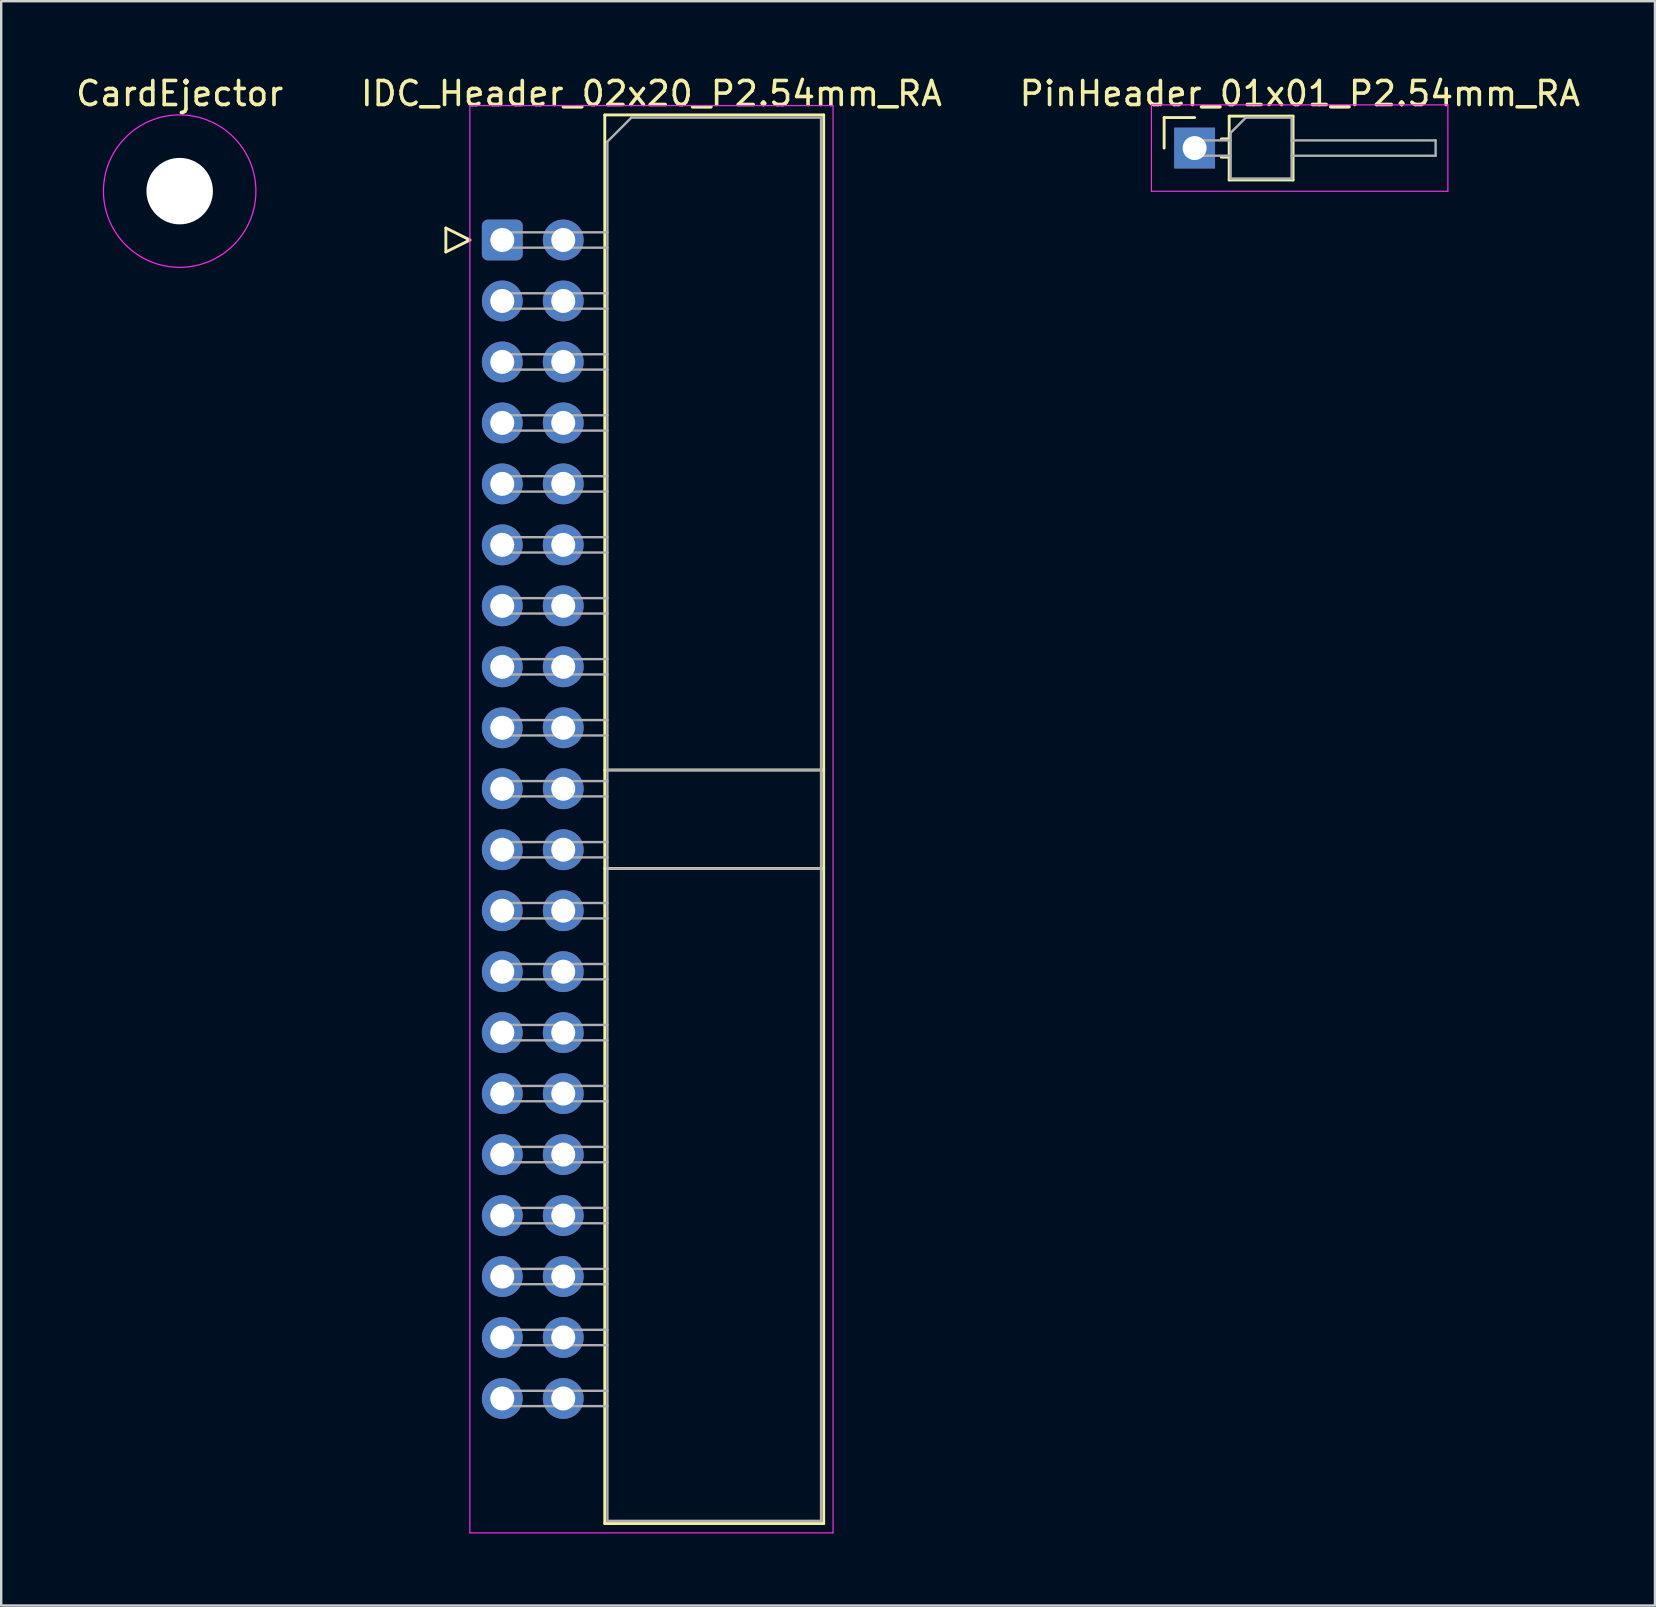
<source format=kicad_pcb>
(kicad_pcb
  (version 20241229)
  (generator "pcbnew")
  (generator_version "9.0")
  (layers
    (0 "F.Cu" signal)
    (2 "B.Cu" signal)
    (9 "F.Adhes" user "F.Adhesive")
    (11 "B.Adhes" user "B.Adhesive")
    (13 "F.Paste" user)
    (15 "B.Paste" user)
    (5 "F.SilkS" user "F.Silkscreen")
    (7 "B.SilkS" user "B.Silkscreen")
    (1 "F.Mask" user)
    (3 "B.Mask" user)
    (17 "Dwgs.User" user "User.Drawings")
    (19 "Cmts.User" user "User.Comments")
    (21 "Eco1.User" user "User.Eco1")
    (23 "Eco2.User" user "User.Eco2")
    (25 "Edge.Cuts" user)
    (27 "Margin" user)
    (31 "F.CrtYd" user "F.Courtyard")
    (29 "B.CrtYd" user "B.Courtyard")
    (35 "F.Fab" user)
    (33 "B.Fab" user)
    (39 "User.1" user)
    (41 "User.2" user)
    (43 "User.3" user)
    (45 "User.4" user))
  (footprint "IDC_Header_02x20_P2.54mm_RA"
    (layer "F.Cu")
    (at 17.874 6.948)
    (property "Reference" "IDC_Header_02x20_P2.54mm_RA" (at 6.215 -6.1 0) (layer "F.SilkS") (effects (font (size 1 1) (thickness 0.15))))
    (attr through_hole)
    (fp_line (start -2.35 -0.5) (end -2.35 0.5) (stroke (width 0.12) (type solid)) (layer "F.SilkS"))
    (fp_line (start -2.35 0.5) (end -1.35 0) (stroke (width 0.12) (type solid)) (layer "F.SilkS"))
    (fp_line (start -1.35 0) (end -2.35 -0.5) (stroke (width 0.12) (type solid)) (layer "F.SilkS"))
    (fp_line (start 4.27 -5.21) (end 13.39 -5.21) (stroke (width 0.12) (type solid)) (layer "F.SilkS"))
    (fp_line (start 4.27 22.08) (end 13.39 22.08) (stroke (width 0.12) (type solid)) (layer "F.SilkS"))
    (fp_line (start 4.27 26.18) (end 13.39 26.18) (stroke (width 0.12) (type solid)) (layer "F.SilkS"))
    (fp_line (start 4.27 53.47) (end 4.27 -5.21) (stroke (width 0.12) (type solid)) (layer "F.SilkS"))
    (fp_line (start 13.39 -5.21) (end 13.39 53.47) (stroke (width 0.12) (type solid)) (layer "F.SilkS"))
    (fp_line (start 13.39 53.47) (end 4.27 53.47) (stroke (width 0.12) (type solid)) (layer "F.SilkS"))
    (fp_line (start -1.35 -5.6) (end -1.35 53.86) (stroke (width 0.05) (type solid)) (layer "F.CrtYd"))
    (fp_line (start -1.35 53.86) (end 13.78 53.86) (stroke (width 0.05) (type solid)) (layer "F.CrtYd"))
    (fp_line (start 13.78 -5.6) (end -1.35 -5.6) (stroke (width 0.05) (type solid)) (layer "F.CrtYd"))
    (fp_line (start 13.78 53.86) (end 13.78 -5.6) (stroke (width 0.05) (type solid)) (layer "F.CrtYd"))
    (fp_line (start -0.32 -0.32) (end -0.32 0.32) (stroke (width 0.1) (type solid)) (layer "F.Fab"))
    (fp_line (start -0.32 0.32) (end 4.38 0.32) (stroke (width 0.1) (type solid)) (layer "F.Fab"))
    (fp_line (start -0.32 2.22) (end -0.32 2.86) (stroke (width 0.1) (type solid)) (layer "F.Fab"))
    (fp_line (start -0.32 2.86) (end 4.38 2.86) (stroke (width 0.1) (type solid)) (layer "F.Fab"))
    (fp_line (start -0.32 4.76) (end -0.32 5.4) (stroke (width 0.1) (type solid)) (layer "F.Fab"))
    (fp_line (start -0.32 5.4) (end 4.38 5.4) (stroke (width 0.1) (type solid)) (layer "F.Fab"))
    (fp_line (start -0.32 7.3) (end -0.32 7.94) (stroke (width 0.1) (type solid)) (layer "F.Fab"))
    (fp_line (start -0.32 7.94) (end 4.38 7.94) (stroke (width 0.1) (type solid)) (layer "F.Fab"))
    (fp_line (start -0.32 9.84) (end -0.32 10.48) (stroke (width 0.1) (type solid)) (layer "F.Fab"))
    (fp_line (start -0.32 10.48) (end 4.38 10.48) (stroke (width 0.1) (type solid)) (layer "F.Fab"))
    (fp_line (start -0.32 12.38) (end -0.32 13.02) (stroke (width 0.1) (type solid)) (layer "F.Fab"))
    (fp_line (start -0.32 13.02) (end 4.38 13.02) (stroke (width 0.1) (type solid)) (layer "F.Fab"))
    (fp_line (start -0.32 14.92) (end -0.32 15.56) (stroke (width 0.1) (type solid)) (layer "F.Fab"))
    (fp_line (start -0.32 15.56) (end 4.38 15.56) (stroke (width 0.1) (type solid)) (layer "F.Fab"))
    (fp_line (start -0.32 17.46) (end -0.32 18.1) (stroke (width 0.1) (type solid)) (layer "F.Fab"))
    (fp_line (start -0.32 18.1) (end 4.38 18.1) (stroke (width 0.1) (type solid)) (layer "F.Fab"))
    (fp_line (start -0.32 20) (end -0.32 20.64) (stroke (width 0.1) (type solid)) (layer "F.Fab"))
    (fp_line (start -0.32 20.64) (end 4.38 20.64) (stroke (width 0.1) (type solid)) (layer "F.Fab"))
    (fp_line (start -0.32 22.54) (end -0.32 23.18) (stroke (width 0.1) (type solid)) (layer "F.Fab"))
    (fp_line (start -0.32 23.18) (end 4.38 23.18) (stroke (width 0.1) (type solid)) (layer "F.Fab"))
    (fp_line (start -0.32 25.08) (end -0.32 25.72) (stroke (width 0.1) (type solid)) (layer "F.Fab"))
    (fp_line (start -0.32 25.72) (end 4.38 25.72) (stroke (width 0.1) (type solid)) (layer "F.Fab"))
    (fp_line (start -0.32 27.62) (end -0.32 28.26) (stroke (width 0.1) (type solid)) (layer "F.Fab"))
    (fp_line (start -0.32 28.26) (end 4.38 28.26) (stroke (width 0.1) (type solid)) (layer "F.Fab"))
    (fp_line (start -0.32 30.16) (end -0.32 30.8) (stroke (width 0.1) (type solid)) (layer "F.Fab"))
    (fp_line (start -0.32 30.8) (end 4.38 30.8) (stroke (width 0.1) (type solid)) (layer "F.Fab"))
    (fp_line (start -0.32 32.7) (end -0.32 33.34) (stroke (width 0.1) (type solid)) (layer "F.Fab"))
    (fp_line (start -0.32 33.34) (end 4.38 33.34) (stroke (width 0.1) (type solid)) (layer "F.Fab"))
    (fp_line (start -0.32 35.24) (end -0.32 35.88) (stroke (width 0.1) (type solid)) (layer "F.Fab"))
    (fp_line (start -0.32 35.88) (end 4.38 35.88) (stroke (width 0.1) (type solid)) (layer "F.Fab"))
    (fp_line (start -0.32 37.78) (end -0.32 38.42) (stroke (width 0.1) (type solid)) (layer "F.Fab"))
    (fp_line (start -0.32 38.42) (end 4.38 38.42) (stroke (width 0.1) (type solid)) (layer "F.Fab"))
    (fp_line (start -0.32 40.32) (end -0.32 40.96) (stroke (width 0.1) (type solid)) (layer "F.Fab"))
    (fp_line (start -0.32 40.96) (end 4.38 40.96) (stroke (width 0.1) (type solid)) (layer "F.Fab"))
    (fp_line (start -0.32 42.86) (end -0.32 43.5) (stroke (width 0.1) (type solid)) (layer "F.Fab"))
    (fp_line (start -0.32 43.5) (end 4.38 43.5) (stroke (width 0.1) (type solid)) (layer "F.Fab"))
    (fp_line (start -0.32 45.4) (end -0.32 46.04) (stroke (width 0.1) (type solid)) (layer "F.Fab"))
    (fp_line (start -0.32 46.04) (end 4.38 46.04) (stroke (width 0.1) (type solid)) (layer "F.Fab"))
    (fp_line (start -0.32 47.94) (end -0.32 48.58) (stroke (width 0.1) (type solid)) (layer "F.Fab"))
    (fp_line (start -0.32 48.58) (end 4.38 48.58) (stroke (width 0.1) (type solid)) (layer "F.Fab"))
    (fp_line (start 4.38 -4.1) (end 5.38 -5.1) (stroke (width 0.1) (type solid)) (layer "F.Fab"))
    (fp_line (start 4.38 -0.32) (end -0.32 -0.32) (stroke (width 0.1) (type solid)) (layer "F.Fab"))
    (fp_line (start 4.38 2.22) (end -0.32 2.22) (stroke (width 0.1) (type solid)) (layer "F.Fab"))
    (fp_line (start 4.38 4.76) (end -0.32 4.76) (stroke (width 0.1) (type solid)) (layer "F.Fab"))
    (fp_line (start 4.38 7.3) (end -0.32 7.3) (stroke (width 0.1) (type solid)) (layer "F.Fab"))
    (fp_line (start 4.38 9.84) (end -0.32 9.84) (stroke (width 0.1) (type solid)) (layer "F.Fab"))
    (fp_line (start 4.38 12.38) (end -0.32 12.38) (stroke (width 0.1) (type solid)) (layer "F.Fab"))
    (fp_line (start 4.38 14.92) (end -0.32 14.92) (stroke (width 0.1) (type solid)) (layer "F.Fab"))
    (fp_line (start 4.38 17.46) (end -0.32 17.46) (stroke (width 0.1) (type solid)) (layer "F.Fab"))
    (fp_line (start 4.38 20) (end -0.32 20) (stroke (width 0.1) (type solid)) (layer "F.Fab"))
    (fp_line (start 4.38 22.08) (end 13.28 22.08) (stroke (width 0.1) (type solid)) (layer "F.Fab"))
    (fp_line (start 4.38 22.54) (end -0.32 22.54) (stroke (width 0.1) (type solid)) (layer "F.Fab"))
    (fp_line (start 4.38 25.08) (end -0.32 25.08) (stroke (width 0.1) (type solid)) (layer "F.Fab"))
    (fp_line (start 4.38 26.18) (end 13.28 26.18) (stroke (width 0.1) (type solid)) (layer "F.Fab"))
    (fp_line (start 4.38 27.62) (end -0.32 27.62) (stroke (width 0.1) (type solid)) (layer "F.Fab"))
    (fp_line (start 4.38 30.16) (end -0.32 30.16) (stroke (width 0.1) (type solid)) (layer "F.Fab"))
    (fp_line (start 4.38 32.7) (end -0.32 32.7) (stroke (width 0.1) (type solid)) (layer "F.Fab"))
    (fp_line (start 4.38 35.24) (end -0.32 35.24) (stroke (width 0.1) (type solid)) (layer "F.Fab"))
    (fp_line (start 4.38 37.78) (end -0.32 37.78) (stroke (width 0.1) (type solid)) (layer "F.Fab"))
    (fp_line (start 4.38 40.32) (end -0.32 40.32) (stroke (width 0.1) (type solid)) (layer "F.Fab"))
    (fp_line (start 4.38 42.86) (end -0.32 42.86) (stroke (width 0.1) (type solid)) (layer "F.Fab"))
    (fp_line (start 4.38 45.4) (end -0.32 45.4) (stroke (width 0.1) (type solid)) (layer "F.Fab"))
    (fp_line (start 4.38 47.94) (end -0.32 47.94) (stroke (width 0.1) (type solid)) (layer "F.Fab"))
    (fp_line (start 4.38 53.36) (end 4.38 -4.1) (stroke (width 0.1) (type solid)) (layer "F.Fab"))
    (fp_line (start 5.38 -5.1) (end 13.28 -5.1) (stroke (width 0.1) (type solid)) (layer "F.Fab"))
    (fp_line (start 13.28 -5.1) (end 13.28 53.36) (stroke (width 0.1) (type solid)) (layer "F.Fab"))
    (fp_line (start 13.28 53.36) (end 4.38 53.36) (stroke (width 0.1) (type solid)) (layer "F.Fab"))
    (pad "1" thru_hole roundrect (at 0 0) (size 1.7 1.7) (drill 1) (layers "*.Cu" "*.Mask") (roundrect_rratio 0.147))
    (pad "2" thru_hole circle (at 2.54 0) (size 1.7 1.7) (drill 1) (layers "*.Cu" "*.Mask"))
    (pad "3" thru_hole circle (at 0 2.54) (size 1.7 1.7) (drill 1) (layers "*.Cu" "*.Mask"))
    (pad "4" thru_hole circle (at 2.54 2.54) (size 1.7 1.7) (drill 1) (layers "*.Cu" "*.Mask"))
    (pad "5" thru_hole circle (at 0 5.08) (size 1.7 1.7) (drill 1) (layers "*.Cu" "*.Mask"))
    (pad "6" thru_hole circle (at 2.54 5.08) (size 1.7 1.7) (drill 1) (layers "*.Cu" "*.Mask"))
    (pad "7" thru_hole circle (at 0 7.62) (size 1.7 1.7) (drill 1) (layers "*.Cu" "*.Mask"))
    (pad "8" thru_hole circle (at 2.54 7.62) (size 1.7 1.7) (drill 1) (layers "*.Cu" "*.Mask"))
    (pad "9" thru_hole circle (at 0 10.16) (size 1.7 1.7) (drill 1) (layers "*.Cu" "*.Mask"))
    (pad "10" thru_hole circle (at 2.54 10.16) (size 1.7 1.7) (drill 1) (layers "*.Cu" "*.Mask"))
    (pad "11" thru_hole circle (at 0 12.7) (size 1.7 1.7) (drill 1) (layers "*.Cu" "*.Mask"))
    (pad "12" thru_hole circle (at 2.54 12.7) (size 1.7 1.7) (drill 1) (layers "*.Cu" "*.Mask"))
    (pad "13" thru_hole circle (at 0 15.24) (size 1.7 1.7) (drill 1) (layers "*.Cu" "*.Mask"))
    (pad "14" thru_hole circle (at 2.54 15.24) (size 1.7 1.7) (drill 1) (layers "*.Cu" "*.Mask"))
    (pad "15" thru_hole circle (at 0 17.78) (size 1.7 1.7) (drill 1) (layers "*.Cu" "*.Mask"))
    (pad "16" thru_hole circle (at 2.54 17.78) (size 1.7 1.7) (drill 1) (layers "*.Cu" "*.Mask"))
    (pad "17" thru_hole circle (at 0 20.32) (size 1.7 1.7) (drill 1) (layers "*.Cu" "*.Mask"))
    (pad "18" thru_hole circle (at 2.54 20.32) (size 1.7 1.7) (drill 1) (layers "*.Cu" "*.Mask"))
    (pad "19" thru_hole circle (at 0 22.86) (size 1.7 1.7) (drill 1) (layers "*.Cu" "*.Mask"))
    (pad "20" thru_hole circle (at 2.54 22.86) (size 1.7 1.7) (drill 1) (layers "*.Cu" "*.Mask"))
    (pad "21" thru_hole circle (at 0 25.4) (size 1.7 1.7) (drill 1) (layers "*.Cu" "*.Mask"))
    (pad "22" thru_hole circle (at 2.54 25.4) (size 1.7 1.7) (drill 1) (layers "*.Cu" "*.Mask"))
    (pad "23" thru_hole circle (at 0 27.94) (size 1.7 1.7) (drill 1) (layers "*.Cu" "*.Mask"))
    (pad "24" thru_hole circle (at 2.54 27.94) (size 1.7 1.7) (drill 1) (layers "*.Cu" "*.Mask"))
    (pad "25" thru_hole circle (at 0 30.48) (size 1.7 1.7) (drill 1) (layers "*.Cu" "*.Mask"))
    (pad "26" thru_hole circle (at 2.54 30.48) (size 1.7 1.7) (drill 1) (layers "*.Cu" "*.Mask"))
    (pad "27" thru_hole circle (at 0 33.02) (size 1.7 1.7) (drill 1) (layers "*.Cu" "*.Mask"))
    (pad "28" thru_hole circle (at 2.54 33.02) (size 1.7 1.7) (drill 1) (layers "*.Cu" "*.Mask"))
    (pad "29" thru_hole circle (at 0 35.56) (size 1.7 1.7) (drill 1) (layers "*.Cu" "*.Mask"))
    (pad "30" thru_hole circle (at 2.54 35.56) (size 1.7 1.7) (drill 1) (layers "*.Cu" "*.Mask"))
    (pad "31" thru_hole circle (at 0 38.1) (size 1.7 1.7) (drill 1) (layers "*.Cu" "*.Mask"))
    (pad "32" thru_hole circle (at 2.54 38.1) (size 1.7 1.7) (drill 1) (layers "*.Cu" "*.Mask"))
    (pad "33" thru_hole circle (at 0 40.64) (size 1.7 1.7) (drill 1) (layers "*.Cu" "*.Mask"))
    (pad "34" thru_hole circle (at 2.54 40.64) (size 1.7 1.7) (drill 1) (layers "*.Cu" "*.Mask"))
    (pad "35" thru_hole circle (at 0 43.18) (size 1.7 1.7) (drill 1) (layers "*.Cu" "*.Mask"))
    (pad "36" thru_hole circle (at 2.54 43.18) (size 1.7 1.7) (drill 1) (layers "*.Cu" "*.Mask"))
    (pad "37" thru_hole circle (at 0 45.72) (size 1.7 1.7) (drill 1) (layers "*.Cu" "*.Mask"))
    (pad "38" thru_hole circle (at 2.54 45.72) (size 1.7 1.7) (drill 1) (layers "*.Cu" "*.Mask"))
    (pad "39" thru_hole circle (at 0 48.26) (size 1.7 1.7) (drill 1) (layers "*.Cu" "*.Mask"))
    (pad "40" thru_hole circle (at 2.54 48.26) (size 1.7 1.7) (drill 1) (layers "*.Cu" "*.Mask")))
  (footprint "PinHeader_01x01_P2.54mm_RA"
    (layer "F.Cu")
    (at 46.716 3.118)
    (property "Reference" "PinHeader_01x01_P2.54mm_RA" (at 4.385 -2.27 0) (layer "F.SilkS") (effects (font (size 1 1) (thickness 0.15))))
    (attr through_hole)
    (fp_line (start -1.27 -1.27) (end 0 -1.27) (stroke (width 0.12) (type solid)) (layer "F.SilkS"))
    (fp_line (start -1.27 0) (end -1.27 -1.27) (stroke (width 0.12) (type solid)) (layer "F.SilkS"))
    (fp_line (start 1.11 -0.38) (end 1.44 -0.38) (stroke (width 0.12) (type solid)) (layer "F.SilkS"))
    (fp_line (start 1.11 0.38) (end 1.44 0.38) (stroke (width 0.12) (type solid)) (layer "F.SilkS"))
    (fp_line (start 1.44 -1.33) (end 1.44 1.33) (stroke (width 0.12) (type solid)) (layer "F.SilkS"))
    (fp_line (start 1.44 1.33) (end 4.1 1.33) (stroke (width 0.12) (type solid)) (layer "F.SilkS"))
    (fp_line (start 4.1 -1.33) (end 1.44 -1.33) (stroke (width 0.12) (type solid)) (layer "F.SilkS"))
    (fp_line (start 4.1 1.33) (end 4.1 -1.33) (stroke (width 0.12) (type solid)) (layer "F.SilkS"))
    (fp_line (start -1.8 -1.8) (end -1.8 1.8) (stroke (width 0.05) (type solid)) (layer "F.CrtYd"))
    (fp_line (start -1.8 1.8) (end 10.55 1.8) (stroke (width 0.05) (type solid)) (layer "F.CrtYd"))
    (fp_line (start 10.55 -1.8) (end -1.8 -1.8) (stroke (width 0.05) (type solid)) (layer "F.CrtYd"))
    (fp_line (start 10.55 1.8) (end 10.55 -1.8) (stroke (width 0.05) (type solid)) (layer "F.CrtYd"))
    (fp_line (start -0.32 -0.32) (end -0.32 0.32) (stroke (width 0.1) (type solid)) (layer "F.Fab"))
    (fp_line (start -0.32 -0.32) (end 1.5 -0.32) (stroke (width 0.1) (type solid)) (layer "F.Fab"))
    (fp_line (start -0.32 0.32) (end 1.5 0.32) (stroke (width 0.1) (type solid)) (layer "F.Fab"))
    (fp_line (start 1.5 -0.635) (end 2.135 -1.27) (stroke (width 0.1) (type solid)) (layer "F.Fab"))
    (fp_line (start 1.5 1.27) (end 1.5 -0.635) (stroke (width 0.1) (type solid)) (layer "F.Fab"))
    (fp_line (start 2.135 -1.27) (end 4.04 -1.27) (stroke (width 0.1) (type solid)) (layer "F.Fab"))
    (fp_line (start 4.04 -1.27) (end 4.04 1.27) (stroke (width 0.1) (type solid)) (layer "F.Fab"))
    (fp_line (start 4.04 -0.32) (end 10.04 -0.32) (stroke (width 0.1) (type solid)) (layer "F.Fab"))
    (fp_line (start 4.04 0.32) (end 10.04 0.32) (stroke (width 0.1) (type solid)) (layer "F.Fab"))
    (fp_line (start 4.04 1.27) (end 1.5 1.27) (stroke (width 0.1) (type solid)) (layer "F.Fab"))
    (fp_line (start 10.04 -0.32) (end 10.04 0.32) (stroke (width 0.1) (type solid)) (layer "F.Fab"))
    (pad "1" thru_hole rect (at 0 0) (size 1.7 1.7) (drill 1) (layers "*.Cu" "*.Mask")))
  (footprint "CardEjector"
    (layer "F.Cu")
    (at 4.435 4.912)
    (property "Reference" "CardEjector" (at 0 -4.064 0) (layer "F.SilkS") (effects (font (size 1 1) (thickness 0.15))))
    (attr exclude_from_pos_files exclude_from_bom)
    (fp_circle (center 0 0) (end 3.175 0) (stroke (width 0.051) (type solid)) (fill no) (layer "F.CrtYd"))
    (pad "" np_thru_hole circle (at 0 0) (size 2.769 2.769) (drill 2.769) (layers "*.Cu" "*.Mask")))
  (gr_rect
    (start -3 -3)
    (end 65.893 63.833)
    (stroke (width 0.1) (type default))
    (fill no)
    (layer "Edge.Cuts")))
</source>
